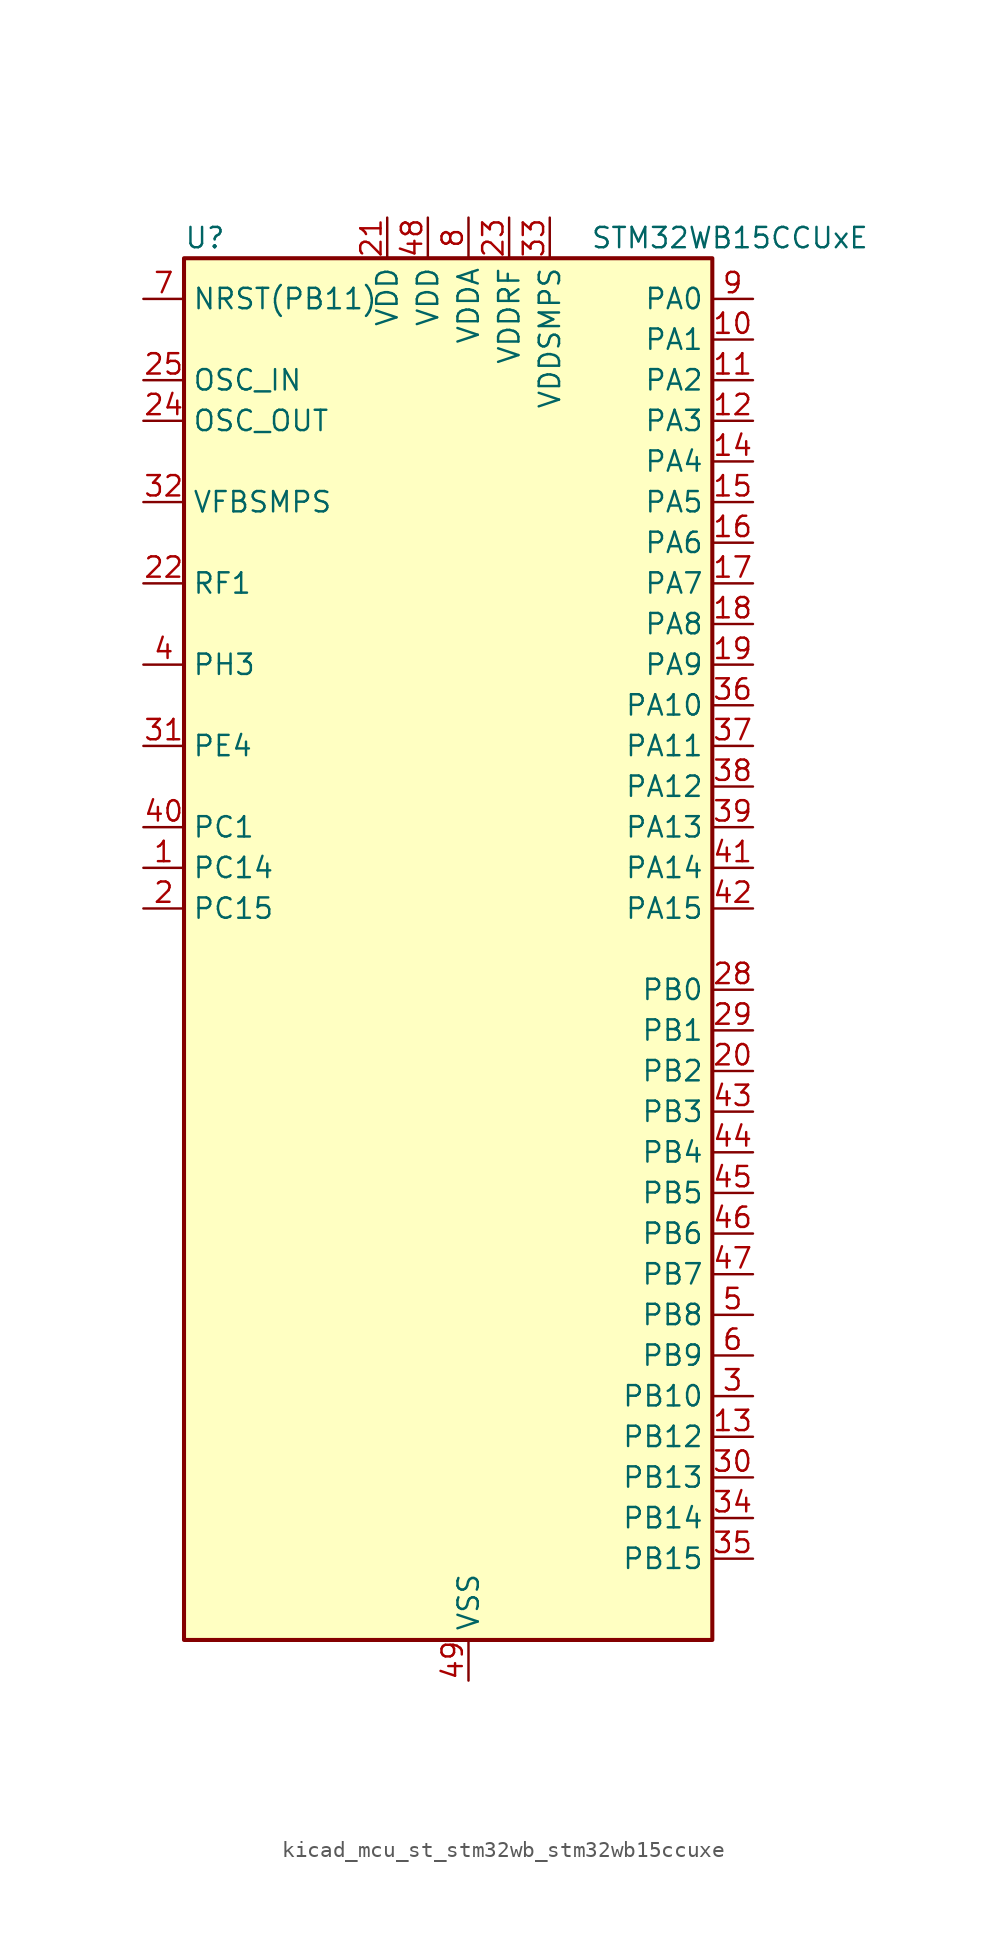
<source format=kicad_sym>
(kicad_symbol_lib
  (version 20220914)
  (generator kicad_symbol_editor)
  (symbol "kicad_mcu_st_stm32wb_stm32wb15ccuxe"
    (property "Reference" "U"
      (at -15.24 44.45 0)
      (effects (font (size 1.27 1.27)) (justify left)))
    (property "Value" "STM32WB15CCUxE"
      (at 10.16 44.45 0)
      (effects (font (size 1.27 1.27)) (justify left)))
    (property "ki_locked" ""
      (at 0 0 0)
      (effects (font (size 1.27 1.27))))
    (symbol "kicad_mcu_st_stm32wb_stm32wb15ccuxe_0_1"
      (rectangle (start -15.24 -43.18) (end 17.78 43.18) (stroke (width 0.254) (type default)) (fill (type background))))
    (symbol "kicad_mcu_st_stm32wb_stm32wb15ccuxe_1_1"
      (pin bidirectional line (at -17.78 5.08 0) (length 2.54) (name "PC14" (effects (font (size 1.27 1.27)))) (number "1" (effects (font (size 1.27 1.27)))) (alternate "RCC_OSC32_IN" bidirectional line))
      (pin bidirectional line (at 20.32 38.1 180) (length 2.54) (name "PA1" (effects (font (size 1.27 1.27)))) (number "10" (effects (font (size 1.27 1.27)))) (alternate "ADC1_IN6" bidirectional line) (alternate "COMP1_INP" bidirectional line) (alternate "I2C1_SMBA" bidirectional line) (alternate "SPI1_SCK" bidirectional line) (alternate "TIM2_CH2" bidirectional line))
      (pin bidirectional line (at 20.32 35.56 180) (length 2.54) (name "PA2" (effects (font (size 1.27 1.27)))) (number "11" (effects (font (size 1.27 1.27)))) (alternate "ADC1_IN7" bidirectional line) (alternate "LPUART1_TX" bidirectional line) (alternate "RCC_LSCO" bidirectional line) (alternate "SYS_WKUP4" bidirectional line) (alternate "TIM2_CH3" bidirectional line))
      (pin bidirectional line (at 20.32 33.02 180) (length 2.54) (name "PA3" (effects (font (size 1.27 1.27)))) (number "12" (effects (font (size 1.27 1.27)))) (alternate "ADC1_IN8" bidirectional line) (alternate "LPUART1_RX" bidirectional line) (alternate "TIM2_CH4" bidirectional line))
      (pin bidirectional line (at 20.32 -30.48 180) (length 2.54) (name "PB12" (effects (font (size 1.27 1.27)))) (number "13" (effects (font (size 1.27 1.27)))) (alternate "TIM2_CH2" bidirectional line) (alternate "TSC_G1_IO1" bidirectional line))
      (pin bidirectional line (at 20.32 30.48 180) (length 2.54) (name "PA4" (effects (font (size 1.27 1.27)))) (number "14" (effects (font (size 1.27 1.27)))) (alternate "ADC1_IN9" bidirectional line) (alternate "COMP1_INM" bidirectional line) (alternate "LPTIM2_OUT" bidirectional line) (alternate "SPI1_NSS" bidirectional line))
      (pin bidirectional line (at 20.32 27.94 180) (length 2.54) (name "PA5" (effects (font (size 1.27 1.27)))) (number "15" (effects (font (size 1.27 1.27)))) (alternate "ADC1_IN10" bidirectional line) (alternate "COMP1_INM" bidirectional line) (alternate "LPTIM2_ETR" bidirectional line) (alternate "SPI1_MOSI" bidirectional line) (alternate "SPI1_SCK" bidirectional line) (alternate "TIM2_CH1" bidirectional line) (alternate "TIM2_ETR" bidirectional line))
      (pin bidirectional line (at 20.32 25.4 180) (length 2.54) (name "PA6" (effects (font (size 1.27 1.27)))) (number "16" (effects (font (size 1.27 1.27)))) (alternate "ADC1_IN11" bidirectional line) (alternate "LPUART1_CTS" bidirectional line) (alternate "SPI1_MISO" bidirectional line) (alternate "TIM1_BKIN" bidirectional line))
      (pin bidirectional line (at 20.32 22.86 180) (length 2.54) (name "PA7" (effects (font (size 1.27 1.27)))) (number "17" (effects (font (size 1.27 1.27)))) (alternate "ADC1_IN2" bidirectional line) (alternate "SPI1_MOSI" bidirectional line) (alternate "TIM1_CH1N" bidirectional line))
      (pin bidirectional line (at 20.32 20.32 180) (length 2.54) (name "PA8" (effects (font (size 1.27 1.27)))) (number "18" (effects (font (size 1.27 1.27)))) (alternate "ADC1_IN3" bidirectional line) (alternate "LPTIM2_OUT" bidirectional line) (alternate "RCC_MCO" bidirectional line) (alternate "TIM1_CH1" bidirectional line) (alternate "USART1_CK" bidirectional line))
      (pin bidirectional line (at 20.32 17.78 180) (length 2.54) (name "PA9" (effects (font (size 1.27 1.27)))) (number "19" (effects (font (size 1.27 1.27)))) (alternate "ADC1_IN4" bidirectional line) (alternate "COMP1_INM" bidirectional line) (alternate "I2C1_SCL" bidirectional line) (alternate "TIM1_CH2" bidirectional line) (alternate "USART1_TX" bidirectional line))
      (pin bidirectional line (at -17.78 2.54 0) (length 2.54) (name "PC15" (effects (font (size 1.27 1.27)))) (number "2" (effects (font (size 1.27 1.27)))) (alternate "RCC_OSC32_OUT" bidirectional line))
      (pin bidirectional line (at 20.32 -7.62 180) (length 2.54) (name "PB2" (effects (font (size 1.27 1.27)))) (number "20" (effects (font (size 1.27 1.27)))) (alternate "COMP1_INP" bidirectional line) (alternate "LPTIM1_OUT" bidirectional line) (alternate "RTC_OUT" bidirectional line) (alternate "SPI1_NSS" bidirectional line))
      (pin power_in line (at -2.54 45.72 270) (length 2.54) (name "VDD" (effects (font (size 1.27 1.27)))) (number "21" (effects (font (size 1.27 1.27)))))
      (pin bidirectional line (at -17.78 22.86 0) (length 2.54) (name "RF1" (effects (font (size 1.27 1.27)))) (number "22" (effects (font (size 1.27 1.27)))) (alternate "RF_RF1" bidirectional line))
      (pin power_in line (at 5.08 45.72 270) (length 2.54) (name "VDDRF" (effects (font (size 1.27 1.27)))) (number "23" (effects (font (size 1.27 1.27)))))
      (pin input line (at -17.78 33.02 0) (length 2.54) (name "OSC_OUT" (effects (font (size 1.27 1.27)))) (number "24" (effects (font (size 1.27 1.27)))) (alternate "RCC_OSC_OUT" bidirectional line))
      (pin input line (at -17.78 35.56 0) (length 2.54) (name "OSC_IN" (effects (font (size 1.27 1.27)))) (number "25" (effects (font (size 1.27 1.27)))) (alternate "RCC_OSC_IN" bidirectional line))
      (pin no_connect line (at -15.24 -43.18 0) (length 2.54) hide (name "AT0" (effects (font (size 1.27 1.27)))) (number "26" (effects (font (size 1.27 1.27)))))
      (pin no_connect line (at -15.24 -40.64 0) (length 2.54) hide (name "AT1" (effects (font (size 1.27 1.27)))) (number "27" (effects (font (size 1.27 1.27)))))
      (pin bidirectional line (at 20.32 -2.54 180) (length 2.54) (name "PB0" (effects (font (size 1.27 1.27)))) (number "28" (effects (font (size 1.27 1.27)))) (alternate "COMP1_OUT" bidirectional line) (alternate "RF_TX_MOD_EXT_PA" bidirectional line))
      (pin bidirectional line (at 20.32 -5.08 180) (length 2.54) (name "PB1" (effects (font (size 1.27 1.27)))) (number "29" (effects (font (size 1.27 1.27)))) (alternate "LPTIM2_IN1" bidirectional line) (alternate "LPUART1_DE" bidirectional line) (alternate "LPUART1_RTS" bidirectional line))
      (pin bidirectional line (at 20.32 -27.94 180) (length 2.54) (name "PB10" (effects (font (size 1.27 1.27)))) (number "3" (effects (font (size 1.27 1.27)))) (alternate "TSC_G3_IO2" bidirectional line))
      (pin bidirectional line (at 20.32 -33.02 180) (length 2.54) (name "PB13" (effects (font (size 1.27 1.27)))) (number "30" (effects (font (size 1.27 1.27)))) (alternate "TIM2_CH3" bidirectional line) (alternate "TSC_G1_IO2" bidirectional line))
      (pin bidirectional line (at -17.78 12.7 0) (length 2.54) (name "PE4" (effects (font (size 1.27 1.27)))) (number "31" (effects (font (size 1.27 1.27)))))
      (pin input line (at -17.78 27.94 0) (length 2.54) (name "VFBSMPS" (effects (font (size 1.27 1.27)))) (number "32" (effects (font (size 1.27 1.27)))))
      (pin power_in line (at 7.62 45.72 270) (length 2.54) (name "VDDSMPS" (effects (font (size 1.27 1.27)))) (number "33" (effects (font (size 1.27 1.27)))))
      (pin bidirectional line (at 20.32 -35.56 180) (length 2.54) (name "PB14" (effects (font (size 1.27 1.27)))) (number "34" (effects (font (size 1.27 1.27)))) (alternate "TIM1_CH1" bidirectional line))
      (pin bidirectional line (at 20.32 -38.1 180) (length 2.54) (name "PB15" (effects (font (size 1.27 1.27)))) (number "35" (effects (font (size 1.27 1.27)))) (alternate "TIM2_CH1" bidirectional line))
      (pin bidirectional line (at 20.32 15.24 180) (length 2.54) (name "PA10" (effects (font (size 1.27 1.27)))) (number "36" (effects (font (size 1.27 1.27)))) (alternate "I2C1_SDA" bidirectional line) (alternate "TIM1_CH3" bidirectional line) (alternate "TSC_G7_IO2" bidirectional line) (alternate "USART1_RX" bidirectional line))
      (pin bidirectional line (at 20.32 12.7 180) (length 2.54) (name "PA11" (effects (font (size 1.27 1.27)))) (number "37" (effects (font (size 1.27 1.27)))) (alternate "ADC1_EXTI11" bidirectional line) (alternate "SPI1_MISO" bidirectional line) (alternate "TIM1_BKIN2" bidirectional line) (alternate "TIM1_CH4" bidirectional line) (alternate "USART1_CTS" bidirectional line) (alternate "USART1_NSS" bidirectional line))
      (pin bidirectional line (at 20.32 10.16 180) (length 2.54) (name "PA12" (effects (font (size 1.27 1.27)))) (number "38" (effects (font (size 1.27 1.27)))) (alternate "LPUART1_RX" bidirectional line) (alternate "SPI1_MOSI" bidirectional line) (alternate "TIM1_ETR" bidirectional line) (alternate "USART1_DE" bidirectional line) (alternate "USART1_RTS" bidirectional line))
      (pin bidirectional line (at 20.32 7.62 180) (length 2.54) (name "PA13" (effects (font (size 1.27 1.27)))) (number "39" (effects (font (size 1.27 1.27)))) (alternate "SPI1_MOSI" bidirectional line) (alternate "SYS_JTMS-SWDIO" bidirectional line) (alternate "TSC_G7_IO1" bidirectional line))
      (pin bidirectional line (at -17.78 17.78 0) (length 2.54) (name "PH3" (effects (font (size 1.27 1.27)))) (number "4" (effects (font (size 1.27 1.27)))) (alternate "RCC_LSCO" bidirectional line))
      (pin bidirectional line (at -17.78 7.62 0) (length 2.54) (name "PC1" (effects (font (size 1.27 1.27)))) (number "40" (effects (font (size 1.27 1.27)))) (alternate "TSC_G3_IO3" bidirectional line))
      (pin bidirectional line (at 20.32 5.08 180) (length 2.54) (name "PA14" (effects (font (size 1.27 1.27)))) (number "41" (effects (font (size 1.27 1.27)))) (alternate "I2C1_SMBA" bidirectional line) (alternate "LPTIM1_OUT" bidirectional line) (alternate "SPI1_NSS" bidirectional line) (alternate "SYS_JTCK-SWCLK" bidirectional line))
      (pin bidirectional line (at 20.32 2.54 180) (length 2.54) (name "PA15" (effects (font (size 1.27 1.27)))) (number "42" (effects (font (size 1.27 1.27)))) (alternate "RCC_MCO" bidirectional line) (alternate "SPI1_NSS" bidirectional line) (alternate "SYS_JTDI" bidirectional line) (alternate "TIM2_CH1" bidirectional line) (alternate "TIM2_ETR" bidirectional line) (alternate "TSC_G3_IO1" bidirectional line))
      (pin bidirectional line (at 20.32 -10.16 180) (length 2.54) (name "PB3" (effects (font (size 1.27 1.27)))) (number "43" (effects (font (size 1.27 1.27)))) (alternate "SPI1_SCK" bidirectional line) (alternate "SYS_JTDO-SWO" bidirectional line) (alternate "TIM2_CH2" bidirectional line) (alternate "USART1_DE" bidirectional line) (alternate "USART1_RTS" bidirectional line))
      (pin bidirectional line (at 20.32 -12.7 180) (length 2.54) (name "PB4" (effects (font (size 1.27 1.27)))) (number "44" (effects (font (size 1.27 1.27)))) (alternate "SPI1_MISO" bidirectional line) (alternate "SYS_JTRST" bidirectional line) (alternate "TSC_G2_IO1" bidirectional line) (alternate "USART1_CTS" bidirectional line) (alternate "USART1_NSS" bidirectional line))
      (pin bidirectional line (at 20.32 -15.24 180) (length 2.54) (name "PB5" (effects (font (size 1.27 1.27)))) (number "45" (effects (font (size 1.27 1.27)))) (alternate "I2C1_SMBA" bidirectional line) (alternate "LPTIM1_IN1" bidirectional line) (alternate "LPUART1_TX" bidirectional line) (alternate "SPI1_MOSI" bidirectional line) (alternate "TSC_G2_IO2" bidirectional line) (alternate "USART1_CK" bidirectional line))
      (pin bidirectional line (at 20.32 -17.78 180) (length 2.54) (name "PB6" (effects (font (size 1.27 1.27)))) (number "46" (effects (font (size 1.27 1.27)))) (alternate "I2C1_SCL" bidirectional line) (alternate "LPTIM1_ETR" bidirectional line) (alternate "RCC_MCO" bidirectional line) (alternate "SPI1_NSS" bidirectional line) (alternate "TSC_G2_IO3" bidirectional line) (alternate "USART1_TX" bidirectional line))
      (pin bidirectional line (at 20.32 -20.32 180) (length 2.54) (name "PB7" (effects (font (size 1.27 1.27)))) (number "47" (effects (font (size 1.27 1.27)))) (alternate "I2C1_SDA" bidirectional line) (alternate "LPTIM1_IN2" bidirectional line) (alternate "SYS_PVD_IN" bidirectional line) (alternate "TIM1_BKIN" bidirectional line) (alternate "TIM1_CH3" bidirectional line) (alternate "TSC_G2_IO4" bidirectional line) (alternate "USART1_RX" bidirectional line))
      (pin power_in line (at 0 45.72 270) (length 2.54) (name "VDD" (effects (font (size 1.27 1.27)))) (number "48" (effects (font (size 1.27 1.27)))))
      (pin power_in line (at 2.54 -45.72 90) (length 2.54) (name "VSS" (effects (font (size 1.27 1.27)))) (number "49" (effects (font (size 1.27 1.27)))))
      (pin bidirectional line (at 20.32 -22.86 180) (length 2.54) (name "PB8" (effects (font (size 1.27 1.27)))) (number "5" (effects (font (size 1.27 1.27)))) (alternate "I2C1_SCL" bidirectional line) (alternate "TIM1_CH2N" bidirectional line) (alternate "TSC_G7_IO3" bidirectional line))
      (pin bidirectional line (at 20.32 -25.4 180) (length 2.54) (name "PB9" (effects (font (size 1.27 1.27)))) (number "6" (effects (font (size 1.27 1.27)))) (alternate "I2C1_SDA" bidirectional line) (alternate "TIM1_CH3N" bidirectional line) (alternate "TSC_G7_IO4" bidirectional line))
      (pin input line (at -17.78 40.64 0) (length 2.54) (name "NRST(PB11)" (effects (font (size 1.27 1.27)))) (number "7" (effects (font (size 1.27 1.27)))))
      (pin power_in line (at 2.54 45.72 270) (length 2.54) (name "VDDA" (effects (font (size 1.27 1.27)))) (number "8" (effects (font (size 1.27 1.27)))))
      (pin bidirectional line (at 20.32 40.64 180) (length 2.54) (name "PA0" (effects (font (size 1.27 1.27)))) (number "9" (effects (font (size 1.27 1.27)))) (alternate "ADC1_IN5" bidirectional line) (alternate "COMP1_INM" bidirectional line) (alternate "COMP1_OUT" bidirectional line) (alternate "RTC_TAMP2" bidirectional line) (alternate "SYS_WKUP1" bidirectional line) (alternate "TIM2_CH1" bidirectional line) (alternate "TIM2_ETR" bidirectional line)))))
</source>
